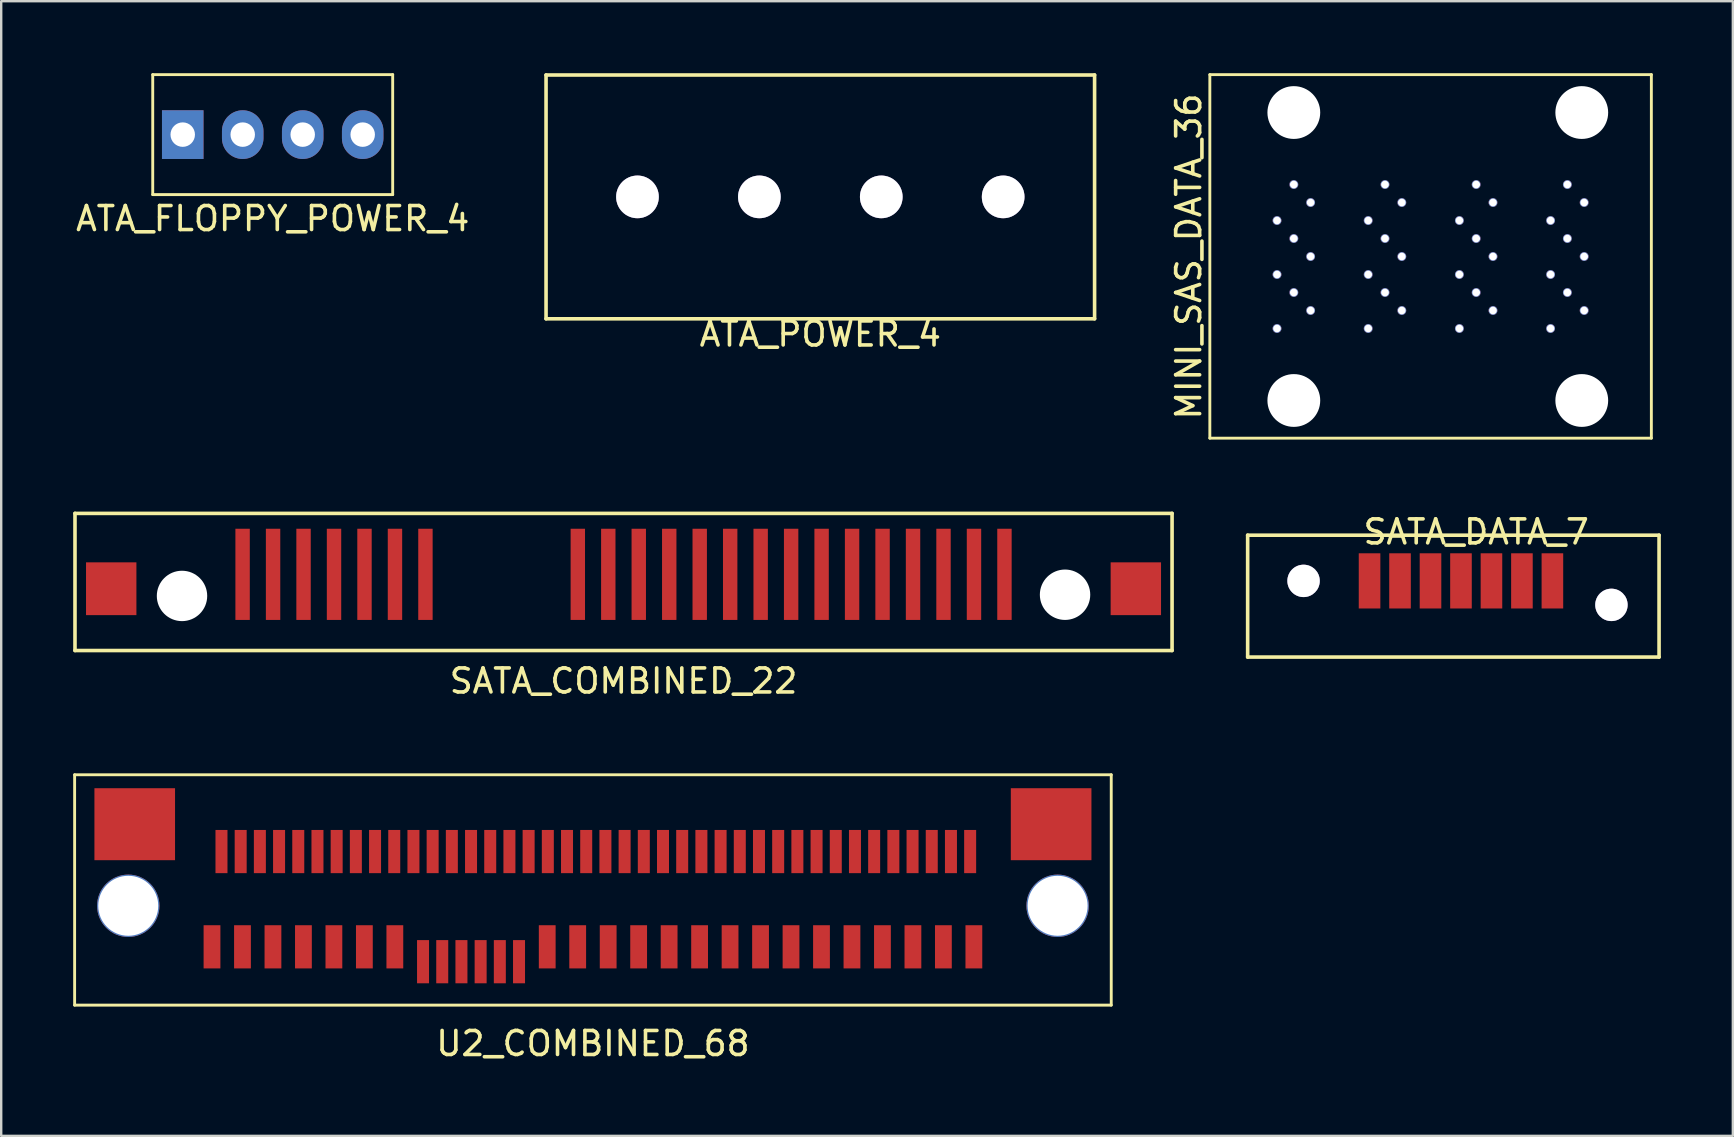
<source format=kicad_pcb>
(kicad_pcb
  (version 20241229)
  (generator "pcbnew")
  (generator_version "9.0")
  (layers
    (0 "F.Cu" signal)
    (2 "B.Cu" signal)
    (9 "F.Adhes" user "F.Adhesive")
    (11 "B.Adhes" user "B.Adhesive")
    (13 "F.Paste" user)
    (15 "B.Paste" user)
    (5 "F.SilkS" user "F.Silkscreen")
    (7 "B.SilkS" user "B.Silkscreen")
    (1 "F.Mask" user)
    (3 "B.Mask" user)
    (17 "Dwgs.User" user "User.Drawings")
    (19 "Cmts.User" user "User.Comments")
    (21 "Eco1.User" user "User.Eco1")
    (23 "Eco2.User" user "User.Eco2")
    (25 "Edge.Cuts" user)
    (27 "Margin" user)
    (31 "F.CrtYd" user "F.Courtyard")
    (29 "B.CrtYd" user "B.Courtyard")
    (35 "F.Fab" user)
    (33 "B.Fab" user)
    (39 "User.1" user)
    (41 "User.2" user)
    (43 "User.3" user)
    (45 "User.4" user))
  (footprint "ATA_FLOPPY_POWER_4"
    (layer "F.Cu")
    (at 8.315 2.56)
    (property "Reference" "ATA_FLOPPY_POWER_4" (at 0 3.5 0) (layer "F.SilkS") (effects (font (size 1 1) (thickness 0.15))))
    (attr through_hole)
    (fp_line (start -5 -2.5) (end 5 -2.5) (stroke (width 0.12) (type solid)) (layer "F.SilkS"))
    (fp_line (start -5 2.5) (end -5 -2.5) (stroke (width 0.12) (type solid)) (layer "F.SilkS"))
    (fp_line (start 5 -2.5) (end 5 2.5) (stroke (width 0.12) (type solid)) (layer "F.SilkS"))
    (fp_line (start 5 2.5) (end -5 2.5) (stroke (width 0.12) (type solid)) (layer "F.SilkS"))
    (pad "1" thru_hole rect (at -3.75 0 90) (size 2.03 1.73) (drill 1.02) (layers "*.Cu" "*.Mask"))
    (pad "2" thru_hole oval (at -1.25 0 90) (size 2.03 1.73) (drill 1.02) (layers "*.Cu" "*.Mask"))
    (pad "3" thru_hole oval (at 1.25 0 90) (size 2.03 1.73) (drill 1.02) (layers "*.Cu" "*.Mask"))
    (pad "4" thru_hole oval (at 3.75 0 90) (size 2.03 1.73) (drill 1.02) (layers "*.Cu" "*.Mask")))
  (footprint "ATA_POWER_4"
    (layer "F.Cu")
    (at 31.136 5.155)
    (property "Reference" "ATA_POWER_4" (at 0 5.715 0) (layer "F.SilkS") (effects (font (size 1 1) (thickness 0.15))))
    (attr smd)
    (fp_line (start -11.43 -5.08) (end 11.43 -5.08) (stroke (width 0.15) (type solid)) (layer "F.SilkS"))
    (fp_line (start -11.43 5.08) (end -11.43 -5.08) (stroke (width 0.15) (type solid)) (layer "F.SilkS"))
    (fp_line (start 11.43 -5.08) (end 11.43 5.08) (stroke (width 0.15) (type solid)) (layer "F.SilkS"))
    (fp_line (start 11.43 5.08) (end -11.43 5.08) (stroke (width 0.15) (type solid)) (layer "F.SilkS"))
    (pad "1" thru_hole circle (at -7.62 0) (size 1.778 1.778) (drill 1.778) (layers "*.Cu" "*.Mask"))
    (pad "2" thru_hole circle (at -2.54 0) (size 1.778 1.778) (drill 1.778) (layers "*.Cu" "*.Mask"))
    (pad "3" thru_hole circle (at 2.54 0) (size 1.778 1.778) (drill 1.778) (layers "*.Cu" "*.Mask"))
    (pad "4" thru_hole circle (at 7.62 0) (size 1.778 1.778) (drill 1.778) (layers "*.Cu" "*.Mask")))
  (footprint "MINI_SAS_DATA_36"
    (layer "F.Cu")
    (at 56.869 7.64)
    (property "Reference" "MINI_SAS_DATA_36" (at -10.38 0 90) (layer "F.SilkS") (effects (font (size 1 1) (thickness 0.15))))
    (attr smd)
    (fp_line (start -9.5 -7.58) (end -9.5 7.57) (stroke (width 0.12) (type solid)) (layer "F.SilkS"))
    (fp_line (start -9.5 -7.58) (end 8.9 -7.58) (stroke (width 0.12) (type solid)) (layer "F.SilkS"))
    (fp_line (start -9.5 7.57) (end 8.9 7.57) (stroke (width 0.12) (type solid)) (layer "F.SilkS"))
    (fp_line (start 8.9 -7.58) (end 8.9 7.57) (stroke (width 0.12) (type solid)) (layer "F.SilkS"))
    (pad "" np_thru_hole circle (at -6 -6) (size 2.2 2.2) (drill 2.2) (layers "*.Cu" "*.Mask"))
    (pad "" np_thru_hole circle (at -6 6) (size 2.2 2.2) (drill 2.2) (layers "*.Cu" "*.Mask"))
    (pad "" np_thru_hole circle (at 6 -6) (size 2.2 2.2) (drill 2.2) (layers "*.Cu" "*.Mask"))
    (pad "" np_thru_hole circle (at 6 6) (size 2.2 2.2) (drill 2.2) (layers "*.Cu" "*.Mask"))
    (pad "A1" thru_hole circle (at 4.7 3) (size 0.37 0.37) (drill 0.32) (layers "*.Cu" "*.Mask"))
    (pad "A2" thru_hole circle (at 6.1 2.25) (size 0.37 0.37) (drill 0.32) (layers "*.Cu" "*.Mask"))
    (pad "A3" thru_hole circle (at 5.4 1.5) (size 0.37 0.37) (drill 0.32) (layers "*.Cu" "*.Mask"))
    (pad "A4" thru_hole circle (at 4.7 0.75) (size 0.37 0.37) (drill 0.32) (layers "*.Cu" "*.Mask"))
    (pad "A5" thru_hole circle (at 6.1 0) (size 0.37 0.37) (drill 0.32) (layers "*.Cu" "*.Mask"))
    (pad "A6" thru_hole circle (at 5.4 -0.75) (size 0.37 0.37) (drill 0.32) (layers "*.Cu" "*.Mask"))
    (pad "A7" thru_hole circle (at 4.7 -1.5) (size 0.37 0.37) (drill 0.32) (layers "*.Cu" "*.Mask"))
    (pad "A8" thru_hole circle (at 6.1 -2.25) (size 0.37 0.37) (drill 0.32) (layers "*.Cu" "*.Mask"))
    (pad "A9" thru_hole circle (at 5.4 -3) (size 0.37 0.37) (drill 0.32) (layers "*.Cu" "*.Mask"))
    (pad "B1" thru_hole circle (at 0.9 3) (size 0.37 0.37) (drill 0.32) (layers "*.Cu" "*.Mask"))
    (pad "B2" thru_hole circle (at 2.3 2.25) (size 0.37 0.37) (drill 0.32) (layers "*.Cu" "*.Mask"))
    (pad "B3" thru_hole circle (at 1.6 1.5) (size 0.37 0.37) (drill 0.32) (layers "*.Cu" "*.Mask"))
    (pad "B4" thru_hole circle (at 0.9 0.75) (size 0.37 0.37) (drill 0.32) (layers "*.Cu" "*.Mask"))
    (pad "B5" thru_hole circle (at 2.3 0) (size 0.37 0.37) (drill 0.32) (layers "*.Cu" "*.Mask"))
    (pad "B6" thru_hole circle (at 1.6 -0.75) (size 0.37 0.37) (drill 0.32) (layers "*.Cu" "*.Mask"))
    (pad "B7" thru_hole circle (at 0.9 -1.5) (size 0.37 0.37) (drill 0.32) (layers "*.Cu" "*.Mask"))
    (pad "B8" thru_hole circle (at 2.3 -2.25) (size 0.37 0.37) (drill 0.32) (layers "*.Cu" "*.Mask"))
    (pad "B9" thru_hole circle (at 1.6 -3) (size 0.37 0.37) (drill 0.32) (layers "*.Cu" "*.Mask"))
    (pad "C1" thru_hole circle (at -2.9 3) (size 0.37 0.37) (drill 0.32) (layers "*.Cu" "*.Mask"))
    (pad "C2" thru_hole circle (at -1.5 2.25) (size 0.37 0.37) (drill 0.32) (layers "*.Cu" "*.Mask"))
    (pad "C3" thru_hole circle (at -2.2 1.5) (size 0.37 0.37) (drill 0.32) (layers "*.Cu" "*.Mask"))
    (pad "C4" thru_hole circle (at -2.9 0.75) (size 0.37 0.37) (drill 0.32) (layers "*.Cu" "*.Mask"))
    (pad "C5" thru_hole circle (at -1.5 0) (size 0.37 0.37) (drill 0.32) (layers "*.Cu" "*.Mask"))
    (pad "C6" thru_hole circle (at -2.2 -0.75) (size 0.37 0.37) (drill 0.32) (layers "*.Cu" "*.Mask"))
    (pad "C7" thru_hole circle (at -2.9 -1.5) (size 0.37 0.37) (drill 0.32) (layers "*.Cu" "*.Mask"))
    (pad "C8" thru_hole circle (at -1.5 -2.25) (size 0.37 0.37) (drill 0.32) (layers "*.Cu" "*.Mask"))
    (pad "C9" thru_hole circle (at -2.2 -3) (size 0.37 0.37) (drill 0.32) (layers "*.Cu" "*.Mask"))
    (pad "D1" thru_hole circle (at -6.7 3) (size 0.37 0.37) (drill 0.32) (layers "*.Cu" "*.Mask"))
    (pad "D2" thru_hole circle (at -5.3 2.25) (size 0.37 0.37) (drill 0.32) (layers "*.Cu" "*.Mask"))
    (pad "D3" thru_hole circle (at -6 1.5) (size 0.37 0.37) (drill 0.32) (layers "*.Cu" "*.Mask"))
    (pad "D4" thru_hole circle (at -6.7 0.75) (size 0.37 0.37) (drill 0.32) (layers "*.Cu" "*.Mask"))
    (pad "D5" thru_hole circle (at -5.3 0) (size 0.37 0.37) (drill 0.32) (layers "*.Cu" "*.Mask"))
    (pad "D6" thru_hole circle (at -6 -0.75) (size 0.37 0.37) (drill 0.32) (layers "*.Cu" "*.Mask"))
    (pad "D7" thru_hole circle (at -6.7 -1.5) (size 0.37 0.37) (drill 0.32) (layers "*.Cu" "*.Mask"))
    (pad "D8" thru_hole circle (at -5.3 -2.25) (size 0.37 0.37) (drill 0.32) (layers "*.Cu" "*.Mask"))
    (pad "D9" thru_hole circle (at -6 -3) (size 0.37 0.37) (drill 0.32) (layers "*.Cu" "*.Mask")))
  (footprint "SATA_COMBINED_22"
    (layer "F.Cu")
    (at 22.935 20.885)
    (property "Reference" "SATA_COMBINED_22" (at 0 4.445 0) (layer "F.SilkS") (effects (font (size 1 1) (thickness 0.15))))
    (attr smd)
    (fp_line (start -22.86 -2.54) (end 22.86 -2.54) (stroke (width 0.15) (type solid)) (layer "F.SilkS"))
    (fp_line (start -22.86 3.175) (end -22.86 -2.54) (stroke (width 0.15) (type solid)) (layer "F.SilkS"))
    (fp_line (start 22.86 -2.54) (end 22.86 3.175) (stroke (width 0.15) (type solid)) (layer "F.SilkS"))
    (fp_line (start 22.86 3.175) (end -22.86 3.175) (stroke (width 0.15) (type solid)) (layer "F.SilkS"))
    (pad "" connect rect (at -21.35 0.6) (size 2.1 2.2) (layers "F.Cu" "F.Mask"))
    (pad "" np_thru_hole circle (at -18.4 0.9) (size 2.1 2.1) (drill 2.1) (layers "*.Cu" "*.Mask"))
    (pad "" np_thru_hole circle (at 18.4 0.85) (size 2.1 2.1) (drill 2.1) (layers "*.Cu" "*.Mask"))
    (pad "" connect rect (at 21.35 0.6) (size 2.1 2.2) (layers "F.Cu" "F.Mask"))
    (pad "1" smd rect (at -15.875 0) (size 0.6 3.8) (layers "F.Cu" "F.Mask" "F.Paste"))
    (pad "2" smd rect (at -14.605 0) (size 0.6 3.8) (layers "F.Cu" "F.Mask" "F.Paste"))
    (pad "3" smd rect (at -13.335 0) (size 0.6 3.8) (layers "F.Cu" "F.Mask" "F.Paste"))
    (pad "4" smd rect (at -12.065 0) (size 0.6 3.8) (layers "F.Cu" "F.Mask" "F.Paste"))
    (pad "5" smd rect (at -10.795 0) (size 0.6 3.8) (layers "F.Cu" "F.Mask" "F.Paste"))
    (pad "6" smd rect (at -9.525 0) (size 0.6 3.8) (layers "F.Cu" "F.Mask" "F.Paste"))
    (pad "7" smd rect (at -8.255 0) (size 0.6 3.8) (layers "F.Cu" "F.Mask" "F.Paste"))
    (pad "8" smd rect (at -1.905 0) (size 0.6 3.8) (layers "F.Cu" "F.Mask" "F.Paste"))
    (pad "9" smd rect (at -0.635 0) (size 0.6 3.8) (layers "F.Cu" "F.Mask" "F.Paste"))
    (pad "10" smd rect (at 0.635 0) (size 0.6 3.8) (layers "F.Cu" "F.Mask" "F.Paste"))
    (pad "11" smd rect (at 1.905 0) (size 0.6 3.8) (layers "F.Cu" "F.Mask" "F.Paste"))
    (pad "12" smd rect (at 3.175 0) (size 0.6 3.8) (layers "F.Cu" "F.Mask" "F.Paste"))
    (pad "13" smd rect (at 4.445 0) (size 0.6 3.8) (layers "F.Cu" "F.Mask" "F.Paste"))
    (pad "14" smd rect (at 5.715 0) (size 0.6 3.8) (layers "F.Cu" "F.Mask" "F.Paste"))
    (pad "15" smd rect (at 6.985 0) (size 0.6 3.8) (layers "F.Cu" "F.Mask" "F.Paste"))
    (pad "16" smd rect (at 8.255 0) (size 0.6 3.8) (layers "F.Cu" "F.Mask" "F.Paste"))
    (pad "17" smd rect (at 9.525 0) (size 0.6 3.8) (layers "F.Cu" "F.Mask" "F.Paste"))
    (pad "18" smd rect (at 10.795 0) (size 0.6 3.8) (layers "F.Cu" "F.Mask" "F.Paste"))
    (pad "19" smd rect (at 12.065 0) (size 0.6 3.8) (layers "F.Cu" "F.Mask" "F.Paste"))
    (pad "20" smd rect (at 13.335 0) (size 0.6 3.8) (layers "F.Cu" "F.Mask" "F.Paste"))
    (pad "21" smd rect (at 14.605 0) (size 0.6 3.8) (layers "F.Cu" "F.Mask" "F.Paste"))
    (pad "22" smd rect (at 15.875 0) (size 0.6 3.8) (layers "F.Cu" "F.Mask" "F.Paste")))
  (footprint "SATA_DATA_7"
    (layer "F.Cu")
    (at 58.47 18.618)
    (property "Reference" "SATA_DATA_7" (at 0 0.5 0) (layer "F.SilkS") (effects (font (size 1 1) (thickness 0.15))))
    (attr smd)
    (fp_line (start -9.525 0.635) (end 7.62 0.635) (stroke (width 0.15) (type solid)) (layer "F.SilkS"))
    (fp_line (start -9.525 5.715) (end -9.525 0.635) (stroke (width 0.15) (type solid)) (layer "F.SilkS"))
    (fp_line (start 7.62 0.635) (end 7.62 5.715) (stroke (width 0.15) (type solid)) (layer "F.SilkS"))
    (fp_line (start 7.62 5.715) (end -9.525 5.715) (stroke (width 0.15) (type solid)) (layer "F.SilkS"))
    (pad "" thru_hole oval (at -7.195 2.54) (size 1.35 1.35) (drill 1.35) (layers "*.Cu" "*.Mask"))
    (pad "" thru_hole oval (at 5.635 3.54) (size 1.35 1.35) (drill 1.35) (layers "*.Cu" "*.Mask"))
    (pad "1" smd rect (at -4.445 2.54) (size 0.9 2.3) (layers "F.Cu" "F.Mask" "F.Paste"))
    (pad "2" smd rect (at -3.175 2.54) (size 0.9 2.3) (layers "F.Cu" "F.Mask" "F.Paste"))
    (pad "3" smd rect (at -1.905 2.54) (size 0.9 2.3) (layers "F.Cu" "F.Mask" "F.Paste"))
    (pad "4" smd rect (at -0.635 2.54) (size 0.9 2.3) (layers "F.Cu" "F.Mask" "F.Paste"))
    (pad "5" smd rect (at 0.635 2.54) (size 0.9 2.3) (layers "F.Cu" "F.Mask" "F.Paste"))
    (pad "6" smd rect (at 1.905 2.54) (size 0.9 2.3) (layers "F.Cu" "F.Mask" "F.Paste"))
    (pad "7" smd rect (at 3.175 2.54) (size 0.9 2.3) (layers "F.Cu" "F.Mask" "F.Paste")))
  (footprint "U2_COMBINED_68"
    (layer "F.Cu")
    (at 21.66 32.438)
    (property "Reference" "U2_COMBINED_68" (at 0 8 0) (layer "F.SilkS") (effects (font (size 1 1) (thickness 0.15))))
    (attr smd)
    (fp_line (start -21.6 -3.2) (end 21.6 -3.2) (stroke (width 0.12) (type solid)) (layer "F.SilkS"))
    (fp_line (start -21.6 6.4) (end -21.6 -3.2) (stroke (width 0.12) (type solid)) (layer "F.SilkS"))
    (fp_line (start 21.6 -3.2) (end 21.6 6.4) (stroke (width 0.12) (type solid)) (layer "F.SilkS"))
    (fp_line (start 21.6 6.4) (end -21.6 6.4) (stroke (width 0.12) (type solid)) (layer "F.SilkS"))
    (pad "" np_thru_hole circle (at -19.365 2.26) (size 2.6 2.6) (drill 2.5) (layers "*.Cu" "*.Mask"))
    (pad "" connect rect (at -19.095 -1.14) (size 3.36 3) (layers "F.Cu" "F.Mask"))
    (pad "" connect rect (at 19.095 -1.14) (size 3.36 3) (layers "F.Cu" "F.Mask"))
    (pad "" np_thru_hole circle (at 19.365 2.26) (size 2.6 2.6) (drill 2.5) (layers "*.Cu" "*.Mask"))
    (pad "E1" smd rect (at -7.08 4.59) (size 0.5 1.8) (layers "F.Cu" "F.Mask" "F.Paste"))
    (pad "E2" smd rect (at -6.28 4.59) (size 0.5 1.8) (layers "F.Cu" "F.Mask" "F.Paste"))
    (pad "E3" smd rect (at -5.48 4.59) (size 0.5 1.8) (layers "F.Cu" "F.Mask" "F.Paste"))
    (pad "E4" smd rect (at -4.68 4.59) (size 0.5 1.8) (layers "F.Cu" "F.Mask" "F.Paste"))
    (pad "E5" smd rect (at -3.88 4.59) (size 0.5 1.8) (layers "F.Cu" "F.Mask" "F.Paste"))
    (pad "E6" smd rect (at -3.08 4.59) (size 0.5 1.8) (layers "F.Cu" "F.Mask" "F.Paste"))
    (pad "E7" smd rect (at -15.48 0) (size 0.5 1.8) (layers "F.Cu" "F.Mask" "F.Paste"))
    (pad "E8" smd rect (at -14.68 0) (size 0.5 1.8) (layers "F.Cu" "F.Mask" "F.Paste"))
    (pad "E9" smd rect (at -13.88 0) (size 0.5 1.8) (layers "F.Cu" "F.Mask" "F.Paste"))
    (pad "E10" smd rect (at -13.08 0) (size 0.5 1.8) (layers "F.Cu" "F.Mask" "F.Paste"))
    (pad "E11" smd rect (at -12.28 0) (size 0.5 1.8) (layers "F.Cu" "F.Mask" "F.Paste"))
    (pad "E12" smd rect (at -11.48 0) (size 0.5 1.8) (layers "F.Cu" "F.Mask" "F.Paste"))
    (pad "E13" smd rect (at -10.68 0) (size 0.5 1.8) (layers "F.Cu" "F.Mask" "F.Paste"))
    (pad "E14" smd rect (at -9.88 0) (size 0.5 1.8) (layers "F.Cu" "F.Mask" "F.Paste"))
    (pad "E15" smd rect (at -9.08 0) (size 0.5 1.8) (layers "F.Cu" "F.Mask" "F.Paste"))
    (pad "E16" smd rect (at -8.28 0) (size 0.5 1.8) (layers "F.Cu" "F.Mask" "F.Paste"))
    (pad "E17" smd rect (at -1.88 0) (size 0.5 1.8) (layers "F.Cu" "F.Mask" "F.Paste"))
    (pad "E18" smd rect (at -1.08 0) (size 0.5 1.8) (layers "F.Cu" "F.Mask" "F.Paste"))
    (pad "E19" smd rect (at -0.28 0) (size 0.5 1.8) (layers "F.Cu" "F.Mask" "F.Paste"))
    (pad "E20" smd rect (at 0.52 0) (size 0.5 1.8) (layers "F.Cu" "F.Mask" "F.Paste"))
    (pad "E21" smd rect (at 1.32 0) (size 0.5 1.8) (layers "F.Cu" "F.Mask" "F.Paste"))
    (pad "E22" smd rect (at 2.12 0) (size 0.5 1.8) (layers "F.Cu" "F.Mask" "F.Paste"))
    (pad "E23" smd rect (at 2.92 0) (size 0.5 1.8) (layers "F.Cu" "F.Mask" "F.Paste"))
    (pad "E24" smd rect (at 3.72 0) (size 0.5 1.8) (layers "F.Cu" "F.Mask" "F.Paste"))
    (pad "E25" smd rect (at 4.52 0) (size 0.5 1.8) (layers "F.Cu" "F.Mask" "F.Paste"))
    (pad "E26" smd rect (at 5.32 0) (size 0.5 1.8) (layers "F.Cu" "F.Mask" "F.Paste"))
    (pad "E27" smd rect (at 6.12 0) (size 0.5 1.8) (layers "F.Cu" "F.Mask" "F.Paste"))
    (pad "E28" smd rect (at 6.92 0) (size 0.5 1.8) (layers "F.Cu" "F.Mask" "F.Paste"))
    (pad "E29" smd rect (at 7.72 0) (size 0.5 1.8) (layers "F.Cu" "F.Mask" "F.Paste"))
    (pad "E30" smd rect (at 8.52 0) (size 0.5 1.8) (layers "F.Cu" "F.Mask" "F.Paste"))
    (pad "E31" smd rect (at 9.32 0) (size 0.5 1.8) (layers "F.Cu" "F.Mask" "F.Paste"))
    (pad "E32" smd rect (at 10.12 0) (size 0.5 1.8) (layers "F.Cu" "F.Mask" "F.Paste"))
    (pad "E33" smd rect (at 10.92 0) (size 0.5 1.8) (layers "F.Cu" "F.Mask" "F.Paste"))
    (pad "E34" smd rect (at 11.72 0) (size 0.5 1.8) (layers "F.Cu" "F.Mask" "F.Paste"))
    (pad "E35" smd rect (at 12.52 0) (size 0.5 1.8) (layers "F.Cu" "F.Mask" "F.Paste"))
    (pad "E36" smd rect (at 13.32 0) (size 0.5 1.8) (layers "F.Cu" "F.Mask" "F.Paste"))
    (pad "E37" smd rect (at 14.12 0) (size 0.5 1.8) (layers "F.Cu" "F.Mask" "F.Paste"))
    (pad "E38" smd rect (at 14.92 0) (size 0.5 1.8) (layers "F.Cu" "F.Mask" "F.Paste"))
    (pad "E39" smd rect (at 15.72 0) (size 0.5 1.8) (layers "F.Cu" "F.Mask" "F.Paste"))
    (pad "P1" smd rect (at -1.905 3.97) (size 0.7 1.8) (layers "F.Cu" "F.Mask" "F.Paste"))
    (pad "P2" smd rect (at -0.635 3.97) (size 0.7 1.8) (layers "F.Cu" "F.Mask" "F.Paste"))
    (pad "P3" smd rect (at 0.635 3.97) (size 0.7 1.8) (layers "F.Cu" "F.Mask" "F.Paste"))
    (pad "P4" smd rect (at 1.905 3.97) (size 0.7 1.8) (layers "F.Cu" "F.Mask" "F.Paste"))
    (pad "P5" smd rect (at 3.175 3.97) (size 0.7 1.8) (layers "F.Cu" "F.Mask" "F.Paste"))
    (pad "P6" smd rect (at 4.445 3.97) (size 0.7 1.8) (layers "F.Cu" "F.Mask" "F.Paste"))
    (pad "P7" smd rect (at 5.715 3.97) (size 0.7 1.8) (layers "F.Cu" "F.Mask" "F.Paste"))
    (pad "P8" smd rect (at 6.985 3.97) (size 0.7 1.8) (layers "F.Cu" "F.Mask" "F.Paste"))
    (pad "P9" smd rect (at 8.255 3.97) (size 0.7 1.8) (layers "F.Cu" "F.Mask" "F.Paste"))
    (pad "P10" smd rect (at 9.525 3.97) (size 0.7 1.8) (layers "F.Cu" "F.Mask" "F.Paste"))
    (pad "P11" smd rect (at 10.795 3.97) (size 0.7 1.8) (layers "F.Cu" "F.Mask" "F.Paste"))
    (pad "P12" smd rect (at 12.065 3.97) (size 0.7 1.8) (layers "F.Cu" "F.Mask" "F.Paste"))
    (pad "P13" smd rect (at 13.335 3.97) (size 0.7 1.8) (layers "F.Cu" "F.Mask" "F.Paste"))
    (pad "P14" smd rect (at 14.605 3.97) (size 0.7 1.8) (layers "F.Cu" "F.Mask" "F.Paste"))
    (pad "P15" smd rect (at 15.875 3.97) (size 0.7 1.8) (layers "F.Cu" "F.Mask" "F.Paste"))
    (pad "S1" smd rect (at -15.875 3.97) (size 0.7 1.8) (layers "F.Cu" "F.Mask" "F.Paste"))
    (pad "S2" smd rect (at -14.605 3.97) (size 0.7 1.8) (layers "F.Cu" "F.Mask" "F.Paste"))
    (pad "S3" smd rect (at -13.335 3.97) (size 0.7 1.8) (layers "F.Cu" "F.Mask" "F.Paste"))
    (pad "S4" smd rect (at -12.065 3.97) (size 0.7 1.8) (layers "F.Cu" "F.Mask" "F.Paste"))
    (pad "S5" smd rect (at -10.795 3.97) (size 0.7 1.8) (layers "F.Cu" "F.Mask" "F.Paste"))
    (pad "S6" smd rect (at -9.525 3.97) (size 0.7 1.8) (layers "F.Cu" "F.Mask" "F.Paste"))
    (pad "S7" smd rect (at -8.255 3.97) (size 0.7 1.8) (layers "F.Cu" "F.Mask" "F.Paste"))
    (pad "S8" smd rect (at -7.48 0) (size 0.5 1.8) (layers "F.Cu" "F.Mask" "F.Paste"))
    (pad "S9" smd rect (at -6.68 0) (size 0.5 1.8) (layers "F.Cu" "F.Mask" "F.Paste"))
    (pad "S10" smd rect (at -5.88 0) (size 0.5 1.8) (layers "F.Cu" "F.Mask" "F.Paste"))
    (pad "S11" smd rect (at -5.08 0) (size 0.5 1.8) (layers "F.Cu" "F.Mask" "F.Paste"))
    (pad "S12" smd rect (at -4.28 0) (size 0.5 1.8) (layers "F.Cu" "F.Mask" "F.Paste"))
    (pad "S13" smd rect (at -3.48 0) (size 0.5 1.8) (layers "F.Cu" "F.Mask" "F.Paste"))
    (pad "S14" smd rect (at -2.68 0) (size 0.5 1.8) (layers "F.Cu" "F.Mask" "F.Paste")))
  (gr_rect
    (start -3 -3)
    (end 69.165 44.286)
    (stroke (width 0.1) (type default))
    (fill no)
    (layer "Edge.Cuts")))
</source>
